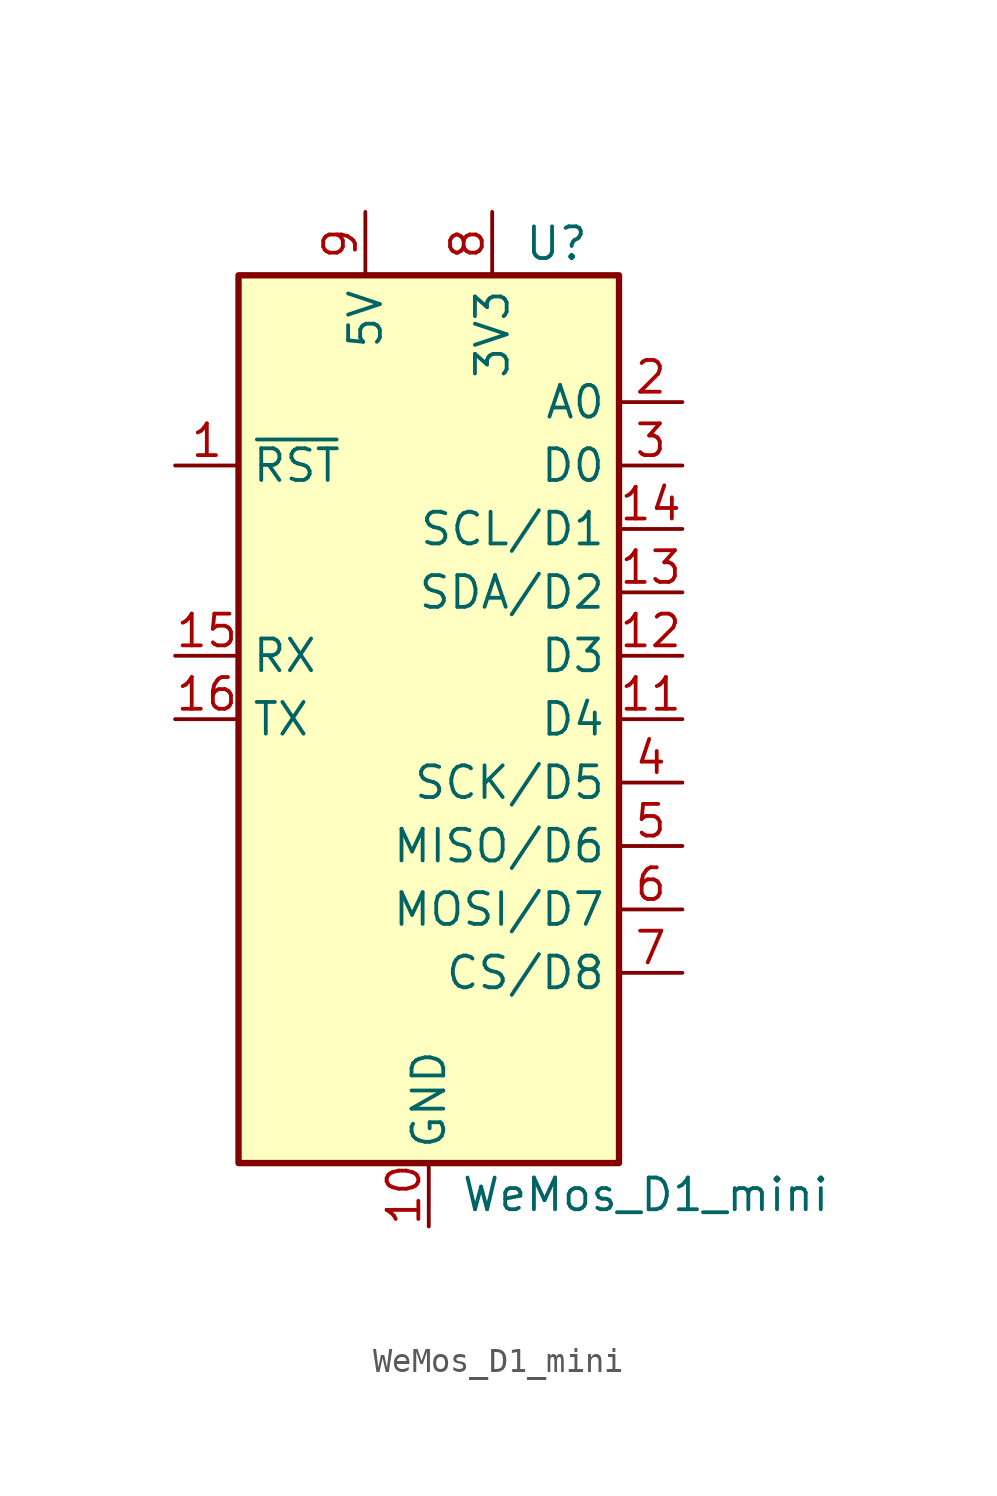
<source format=kicad_sym>
(kicad_symbol_lib
  (version 20201005)
  (generator kicad_symbol_editor)
  (symbol "MCU_Module:WeMos_D1_mini"
    (property "Reference" "U"
      (at 3.81 19.05 0)
      (effects (font (size 1.27 1.27)) (justify left)))
    (property "Value" "WeMos_D1_mini"
      (at 1.27 -19.05 0)
      (effects (font (size 1.27 1.27)) (justify left)))
    (symbol "WeMos_D1_mini_1_1"
      (rectangle (start -7.62 17.78) (end 7.62 -17.78) (stroke (width 0.254)) (fill (type background)))
      (pin input line (at -10.16 10.16 0) (length 2.54) (name "~RST" (effects (font (size 1.27 1.27)))) (number "1" (effects (font (size 1.27 1.27)))))
      (pin power_in line (at 0 -20.32 90) (length 2.54) (name "GND" (effects (font (size 1.27 1.27)))) (number "10" (effects (font (size 1.27 1.27)))))
      (pin bidirectional line (at 10.16 0 180) (length 2.54) (name "D4" (effects (font (size 1.27 1.27)))) (number "11" (effects (font (size 1.27 1.27)))))
      (pin bidirectional line (at 10.16 2.54 180) (length 2.54) (name "D3" (effects (font (size 1.27 1.27)))) (number "12" (effects (font (size 1.27 1.27)))))
      (pin bidirectional line (at 10.16 5.08 180) (length 2.54) (name "SDA/D2" (effects (font (size 1.27 1.27)))) (number "13" (effects (font (size 1.27 1.27)))))
      (pin bidirectional line (at 10.16 7.62 180) (length 2.54) (name "SCL/D1" (effects (font (size 1.27 1.27)))) (number "14" (effects (font (size 1.27 1.27)))))
      (pin input line (at -10.16 2.54 0) (length 2.54) (name "RX" (effects (font (size 1.27 1.27)))) (number "15" (effects (font (size 1.27 1.27)))))
      (pin output line (at -10.16 0 0) (length 2.54) (name "TX" (effects (font (size 1.27 1.27)))) (number "16" (effects (font (size 1.27 1.27)))))
      (pin input line (at 10.16 12.7 180) (length 2.54) (name "A0" (effects (font (size 1.27 1.27)))) (number "2" (effects (font (size 1.27 1.27)))))
      (pin bidirectional line (at 10.16 10.16 180) (length 2.54) (name "D0" (effects (font (size 1.27 1.27)))) (number "3" (effects (font (size 1.27 1.27)))))
      (pin bidirectional line (at 10.16 -2.54 180) (length 2.54) (name "SCK/D5" (effects (font (size 1.27 1.27)))) (number "4" (effects (font (size 1.27 1.27)))))
      (pin bidirectional line (at 10.16 -5.08 180) (length 2.54) (name "MISO/D6" (effects (font (size 1.27 1.27)))) (number "5" (effects (font (size 1.27 1.27)))))
      (pin bidirectional line (at 10.16 -7.62 180) (length 2.54) (name "MOSI/D7" (effects (font (size 1.27 1.27)))) (number "6" (effects (font (size 1.27 1.27)))))
      (pin bidirectional line (at 10.16 -10.16 180) (length 2.54) (name "CS/D8" (effects (font (size 1.27 1.27)))) (number "7" (effects (font (size 1.27 1.27)))))
      (pin power_out line (at 2.54 20.32 270) (length 2.54) (name "3V3" (effects (font (size 1.27 1.27)))) (number "8" (effects (font (size 1.27 1.27)))))
      (pin power_in line (at -2.54 20.32 270) (length 2.54) (name "5V" (effects (font (size 1.27 1.27)))) (number "9" (effects (font (size 1.27 1.27))))))))
</source>
